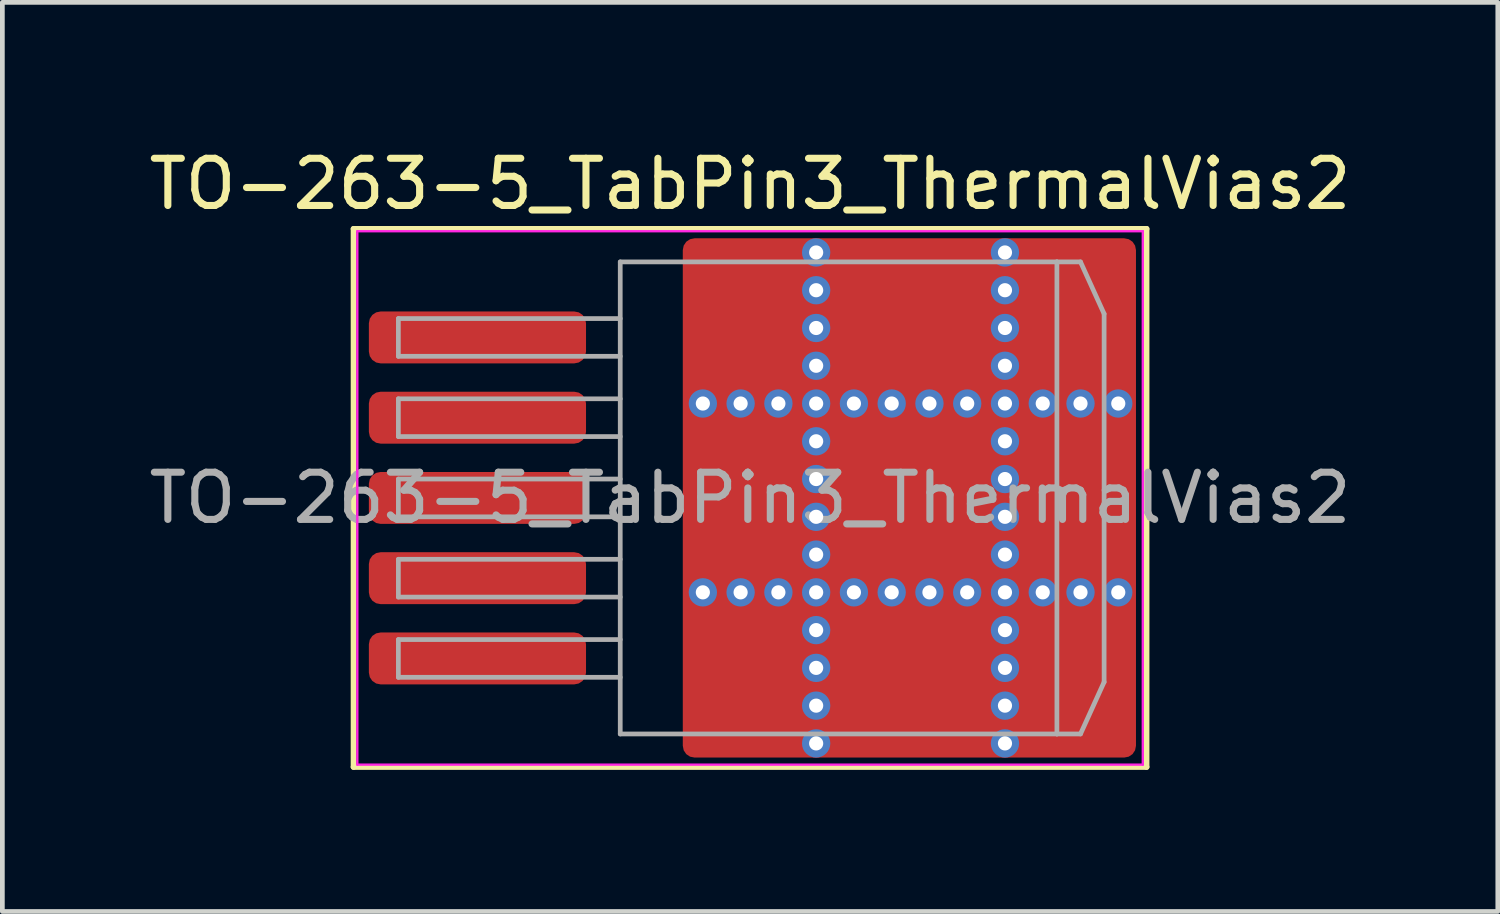
<source format=kicad_pcb>
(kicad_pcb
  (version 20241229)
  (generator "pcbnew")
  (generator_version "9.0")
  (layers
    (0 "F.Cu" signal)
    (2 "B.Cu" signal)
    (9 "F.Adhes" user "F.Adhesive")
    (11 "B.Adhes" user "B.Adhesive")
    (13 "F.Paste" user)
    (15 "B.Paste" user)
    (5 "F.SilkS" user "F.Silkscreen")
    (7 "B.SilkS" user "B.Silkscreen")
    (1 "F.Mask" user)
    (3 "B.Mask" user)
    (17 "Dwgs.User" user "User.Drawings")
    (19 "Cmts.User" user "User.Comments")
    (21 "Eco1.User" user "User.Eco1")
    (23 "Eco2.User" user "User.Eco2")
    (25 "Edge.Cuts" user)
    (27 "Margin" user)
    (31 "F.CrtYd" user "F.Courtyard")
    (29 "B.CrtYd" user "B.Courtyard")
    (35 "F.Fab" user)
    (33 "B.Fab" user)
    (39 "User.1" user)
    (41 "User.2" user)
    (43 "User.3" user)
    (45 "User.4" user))
  (footprint "TO-263-5_TabPin3_ThermalVias2"
    (layer "F.Cu")
    (at 12.839 7.498)
    (property "Reference" "TO-263-5_TabPin3_ThermalVias2" (at 0 -6.65 0) (layer "F.SilkS") (effects (font (size 1 1) (thickness 0.15))))
    (attr smd)
    (fp_line (start -8.4 -5.7) (end -8.4 5.7) (stroke (width 0.12) (type solid)) (layer "F.SilkS"))
    (fp_line (start -8.4 5.7) (end 8.4 5.7) (stroke (width 0.12) (type solid)) (layer "F.SilkS"))
    (fp_line (start 8.4 -5.7) (end -8.4 -5.7) (stroke (width 0.12) (type solid)) (layer "F.SilkS"))
    (fp_line (start 8.4 5.7) (end 8.4 -5.7) (stroke (width 0.12) (type solid)) (layer "F.SilkS"))
    (fp_line (start -8.32 -5.65) (end -8.32 5.65) (stroke (width 0.05) (type solid)) (layer "F.CrtYd"))
    (fp_line (start -8.32 5.65) (end 8.32 5.65) (stroke (width 0.05) (type solid)) (layer "F.CrtYd"))
    (fp_line (start 8.32 -5.65) (end -8.32 -5.65) (stroke (width 0.05) (type solid)) (layer "F.CrtYd"))
    (fp_line (start 8.32 5.65) (end 8.32 -5.65) (stroke (width 0.05) (type solid)) (layer "F.CrtYd"))
    (fp_line (start -7.45 -3.8) (end -7.45 -3) (stroke (width 0.1) (type solid)) (layer "F.Fab"))
    (fp_line (start -7.45 -3) (end -2.75 -3) (stroke (width 0.1) (type solid)) (layer "F.Fab"))
    (fp_line (start -7.45 -2.1) (end -7.45 -1.3) (stroke (width 0.1) (type solid)) (layer "F.Fab"))
    (fp_line (start -7.45 -1.3) (end -2.75 -1.3) (stroke (width 0.1) (type solid)) (layer "F.Fab"))
    (fp_line (start -7.45 -0.4) (end -7.45 0.4) (stroke (width 0.1) (type solid)) (layer "F.Fab"))
    (fp_line (start -7.45 0.4) (end -2.75 0.4) (stroke (width 0.1) (type solid)) (layer "F.Fab"))
    (fp_line (start -7.45 1.3) (end -7.45 2.1) (stroke (width 0.1) (type solid)) (layer "F.Fab"))
    (fp_line (start -7.45 2.1) (end -2.75 2.1) (stroke (width 0.1) (type solid)) (layer "F.Fab"))
    (fp_line (start -7.45 3) (end -7.45 3.8) (stroke (width 0.1) (type solid)) (layer "F.Fab"))
    (fp_line (start -7.45 3.8) (end -2.75 3.8) (stroke (width 0.1) (type solid)) (layer "F.Fab"))
    (fp_line (start -2.75 -5) (end 6.5 -5) (stroke (width 0.1) (type solid)) (layer "F.Fab"))
    (fp_line (start -2.75 -3.8) (end -7.45 -3.8) (stroke (width 0.1) (type solid)) (layer "F.Fab"))
    (fp_line (start -2.75 -2.1) (end -7.45 -2.1) (stroke (width 0.1) (type solid)) (layer "F.Fab"))
    (fp_line (start -2.75 -0.4) (end -7.45 -0.4) (stroke (width 0.1) (type solid)) (layer "F.Fab"))
    (fp_line (start -2.75 1.3) (end -7.45 1.3) (stroke (width 0.1) (type solid)) (layer "F.Fab"))
    (fp_line (start -2.75 3) (end -7.45 3) (stroke (width 0.1) (type solid)) (layer "F.Fab"))
    (fp_line (start -2.75 5) (end -2.75 -5) (stroke (width 0.1) (type solid)) (layer "F.Fab"))
    (fp_line (start 6.5 -5) (end 6.5 5) (stroke (width 0.1) (type solid)) (layer "F.Fab"))
    (fp_line (start 6.5 -5) (end 7 -5) (stroke (width 0.1) (type solid)) (layer "F.Fab"))
    (fp_line (start 6.5 5) (end -2.75 5) (stroke (width 0.1) (type solid)) (layer "F.Fab"))
    (fp_line (start 6.5 5) (end 7 5) (stroke (width 0.1) (type solid)) (layer "F.Fab"))
    (fp_line (start 7 -5) (end 7.5 -3.9) (stroke (width 0.1) (type solid)) (layer "F.Fab"))
    (fp_line (start 7 5) (end 7.5 3.9) (stroke (width 0.1) (type solid)) (layer "F.Fab"))
    (fp_line (start 7.5 -3.9) (end 7.5 3.9) (stroke (width 0.1) (type solid)) (layer "F.Fab"))
    (fp_text user "${REFERENCE}" (at 0 0 0) (layer "F.Fab") (effects (font (size 1 1) (thickness 0.15))))
    (pad "" smd roundrect (at -0.675 -4.6 90) (size 1.2 0.95) (layers "F.Paste") (roundrect_rratio 0.25))
    (pad "" smd roundrect (at -0.675 -3.1 90) (size 1.2 0.95) (layers "F.Paste") (roundrect_rratio 0.25))
    (pad "" smd roundrect (at -0.675 -0.85 90) (size 1.3 0.95) (layers "F.Paste") (roundrect_rratio 0.25))
    (pad "" smd roundrect (at -0.675 0.85 90) (size 1.3 0.95) (layers "F.Paste") (roundrect_rratio 0.25))
    (pad "" smd roundrect (at -0.675 3.1 90) (size 1.2 0.95) (layers "F.Paste") (roundrect_rratio 0.25))
    (pad "" smd roundrect (at -0.675 4.6 90) (size 1.2 0.95) (layers "F.Paste") (roundrect_rratio 0.25))
    (pad "" smd roundrect (at -0.113 -3.85 90) (size 3.1 2.425) (layers "F.Mask") (roundrect_rratio 0.103))
    (pad "" smd roundrect (at -0.113 0 90) (size 3.4 2.425) (layers "F.Mask") (roundrect_rratio 0.103))
    (pad "" smd roundrect (at -0.113 3.85 90) (size 3.1 2.425) (layers "F.Mask") (roundrect_rratio 0.103))
    (pad "" smd roundrect (at 0.475 -4.6 90) (size 1.2 0.95) (layers "F.Paste") (roundrect_rratio 0.25))
    (pad "" smd roundrect (at 0.475 -3.1 90) (size 1.2 0.95) (layers "F.Paste") (roundrect_rratio 0.25))
    (pad "" smd roundrect (at 0.475 -0.85 90) (size 1.3 0.95) (layers "F.Paste") (roundrect_rratio 0.25))
    (pad "" smd roundrect (at 0.475 0.85 90) (size 1.3 0.95) (layers "F.Paste") (roundrect_rratio 0.25))
    (pad "" smd roundrect (at 0.475 3.1 90) (size 1.2 0.95) (layers "F.Paste") (roundrect_rratio 0.25))
    (pad "" smd roundrect (at 0.475 4.6 90) (size 1.2 0.95) (layers "F.Paste") (roundrect_rratio 0.25))
    (pad "" smd roundrect (at 2.55 -4.6 90) (size 1.2 1.3) (layers "F.Paste") (roundrect_rratio 0.208))
    (pad "" smd roundrect (at 2.55 -3.1 90) (size 1.2 1.3) (layers "F.Paste") (roundrect_rratio 0.208))
    (pad "" smd roundrect (at 2.55 -0.85 90) (size 1.3 1.3) (layers "F.Paste") (roundrect_rratio 0.192))
    (pad "" smd roundrect (at 2.55 0.85 90) (size 1.3 1.3) (layers "F.Paste") (roundrect_rratio 0.192))
    (pad "" smd roundrect (at 2.55 3.1 90) (size 1.2 1.3) (layers "F.Paste") (roundrect_rratio 0.208))
    (pad "" smd roundrect (at 2.55 4.6 90) (size 1.2 1.3) (layers "F.Paste") (roundrect_rratio 0.208))
    (pad "" smd roundrect (at 3.4 -3.85 90) (size 3.1 3.4) (layers "F.Mask") (roundrect_rratio 0.081))
    (pad "" smd roundrect (at 3.4 0 90) (size 3.4 3.4) (layers "F.Mask") (roundrect_rratio 0.074))
    (pad "" smd roundrect (at 3.4 3.85 90) (size 3.1 3.4) (layers "F.Mask") (roundrect_rratio 0.081))
    (pad "" smd roundrect (at 4.25 -4.6 90) (size 1.2 1.3) (layers "F.Paste") (roundrect_rratio 0.208))
    (pad "" smd roundrect (at 4.25 -3.1 90) (size 1.2 1.3) (layers "F.Paste") (roundrect_rratio 0.208))
    (pad "" smd roundrect (at 4.25 -0.85 90) (size 1.3 1.3) (layers "F.Paste") (roundrect_rratio 0.192))
    (pad "" smd roundrect (at 4.25 0.85 90) (size 1.3 1.3) (layers "F.Paste") (roundrect_rratio 0.192))
    (pad "" smd roundrect (at 4.25 3.1 90) (size 1.2 1.3) (layers "F.Paste") (roundrect_rratio 0.208))
    (pad "" smd roundrect (at 4.25 4.6 90) (size 1.2 1.3) (layers "F.Paste") (roundrect_rratio 0.208))
    (pad "" smd roundrect (at 6.325 -4.6 90) (size 1.2 0.95) (layers "F.Paste") (roundrect_rratio 0.25))
    (pad "" smd roundrect (at 6.325 -3.1 90) (size 1.2 0.95) (layers "F.Paste") (roundrect_rratio 0.25))
    (pad "" smd roundrect (at 6.325 -0.85 90) (size 1.3 0.95) (layers "F.Paste") (roundrect_rratio 0.25))
    (pad "" smd roundrect (at 6.325 0.85 90) (size 1.3 0.95) (layers "F.Paste") (roundrect_rratio 0.25))
    (pad "" smd roundrect (at 6.325 3.1 90) (size 1.2 0.95) (layers "F.Paste") (roundrect_rratio 0.25))
    (pad "" smd roundrect (at 6.325 4.6 90) (size 1.2 0.95) (layers "F.Paste") (roundrect_rratio 0.25))
    (pad "" smd roundrect (at 6.888 -3.85 90) (size 3.1 2.375) (layers "F.Mask") (roundrect_rratio 0.105))
    (pad "" smd roundrect (at 6.888 0 90) (size 3.4 2.375) (layers "F.Mask") (roundrect_rratio 0.105))
    (pad "" smd roundrect (at 6.888 3.85 90) (size 3.1 2.375) (layers "F.Mask") (roundrect_rratio 0.105))
    (pad "" smd roundrect (at 7.475 -4.6 90) (size 1.2 0.95) (layers "F.Paste") (roundrect_rratio 0.25))
    (pad "" smd roundrect (at 7.475 -3.1 90) (size 1.2 0.95) (layers "F.Paste") (roundrect_rratio 0.25))
    (pad "" smd roundrect (at 7.475 -0.85 90) (size 1.3 0.95) (layers "F.Paste") (roundrect_rratio 0.25))
    (pad "" smd roundrect (at 7.475 0.85 90) (size 1.3 0.95) (layers "F.Paste") (roundrect_rratio 0.25))
    (pad "" smd roundrect (at 7.475 3.1 90) (size 1.2 0.95) (layers "F.Paste") (roundrect_rratio 0.25))
    (pad "" smd roundrect (at 7.475 4.6 90) (size 1.2 0.95) (layers "F.Paste") (roundrect_rratio 0.25))
    (pad "1" smd roundrect (at -5.775 -3.4) (size 4.6 1.1) (layers "F.Cu" "F.Mask" "F.Paste") (roundrect_rratio 0.227))
    (pad "2" smd roundrect (at -5.775 -1.7) (size 4.6 1.1) (layers "F.Cu" "F.Mask" "F.Paste") (roundrect_rratio 0.227))
    (pad "3" smd roundrect (at -5.775 0) (size 4.6 1.1) (layers "F.Cu" "F.Mask" "F.Paste") (roundrect_rratio 0.227))
    (pad "3" thru_hole circle (at -1 -2) (size 0.6 0.6) (drill 0.3) (property pad_prop_heatsink) (layers "*.Cu" "*.Mask"))
    (pad "3" thru_hole circle (at -1 2) (size 0.6 0.6) (drill 0.3) (property pad_prop_heatsink) (layers "*.Cu" "*.Mask"))
    (pad "3" thru_hole circle (at -0.2 -2) (size 0.6 0.6) (drill 0.3) (property pad_prop_heatsink) (layers "*.Cu" "*.Mask"))
    (pad "3" thru_hole circle (at -0.2 2) (size 0.6 0.6) (drill 0.3) (property pad_prop_heatsink) (layers "*.Cu" "*.Mask"))
    (pad "3" thru_hole circle (at 0.6 -2) (size 0.6 0.6) (drill 0.3) (property pad_prop_heatsink) (layers "*.Cu" "*.Mask"))
    (pad "3" thru_hole circle (at 0.6 2) (size 0.6 0.6) (drill 0.3) (property pad_prop_heatsink) (layers "*.Cu" "*.Mask"))
    (pad "3" thru_hole circle (at 1.4 -5.2) (size 0.6 0.6) (drill 0.3) (property pad_prop_heatsink) (layers "*.Cu" "*.Mask"))
    (pad "3" thru_hole circle (at 1.4 -4.4) (size 0.6 0.6) (drill 0.3) (property pad_prop_heatsink) (layers "*.Cu" "*.Mask"))
    (pad "3" thru_hole circle (at 1.4 -3.6) (size 0.6 0.6) (drill 0.3) (property pad_prop_heatsink) (layers "*.Cu" "*.Mask"))
    (pad "3" thru_hole circle (at 1.4 -2.8) (size 0.6 0.6) (drill 0.3) (property pad_prop_heatsink) (layers "*.Cu" "*.Mask"))
    (pad "3" thru_hole circle (at 1.4 -2) (size 0.6 0.6) (drill 0.3) (property pad_prop_heatsink) (layers "*.Cu" "*.Mask"))
    (pad "3" thru_hole circle (at 1.4 -1.2) (size 0.6 0.6) (drill 0.3) (property pad_prop_heatsink) (layers "*.Cu" "*.Mask"))
    (pad "3" thru_hole circle (at 1.4 -0.4) (size 0.6 0.6) (drill 0.3) (property pad_prop_heatsink) (layers "*.Cu" "*.Mask"))
    (pad "3" thru_hole circle (at 1.4 0.4) (size 0.6 0.6) (drill 0.3) (property pad_prop_heatsink) (layers "*.Cu" "*.Mask"))
    (pad "3" thru_hole circle (at 1.4 1.2) (size 0.6 0.6) (drill 0.3) (property pad_prop_heatsink) (layers "*.Cu" "*.Mask"))
    (pad "3" thru_hole circle (at 1.4 2) (size 0.6 0.6) (drill 0.3) (property pad_prop_heatsink) (layers "*.Cu" "*.Mask"))
    (pad "3" thru_hole circle (at 1.4 2.8) (size 0.6 0.6) (drill 0.3) (property pad_prop_heatsink) (layers "*.Cu" "*.Mask"))
    (pad "3" thru_hole circle (at 1.4 3.6) (size 0.6 0.6) (drill 0.3) (property pad_prop_heatsink) (layers "*.Cu" "*.Mask"))
    (pad "3" thru_hole circle (at 1.4 4.4) (size 0.6 0.6) (drill 0.3) (property pad_prop_heatsink) (layers "*.Cu" "*.Mask"))
    (pad "3" thru_hole circle (at 1.4 5.2) (size 0.6 0.6) (drill 0.3) (property pad_prop_heatsink) (layers "*.Cu" "*.Mask"))
    (pad "3" thru_hole circle (at 2.2 -2) (size 0.6 0.6) (drill 0.3) (property pad_prop_heatsink) (layers "*.Cu" "*.Mask"))
    (pad "3" thru_hole circle (at 2.2 2) (size 0.6 0.6) (drill 0.3) (property pad_prop_heatsink) (layers "*.Cu" "*.Mask"))
    (pad "3" thru_hole circle (at 3 -2) (size 0.6 0.6) (drill 0.3) (property pad_prop_heatsink) (layers "*.Cu" "*.Mask"))
    (pad "3" thru_hole circle (at 3 2) (size 0.6 0.6) (drill 0.3) (property pad_prop_heatsink) (layers "*.Cu" "*.Mask"))
    (pad "3" smd roundrect (at 3.375 0) (size 9.6 11) (layers "F.Cu") (roundrect_rratio 0.026))
    (pad "3" thru_hole circle (at 3.8 -2) (size 0.6 0.6) (drill 0.3) (property pad_prop_heatsink) (layers "*.Cu" "*.Mask"))
    (pad "3" thru_hole circle (at 3.8 2) (size 0.6 0.6) (drill 0.3) (property pad_prop_heatsink) (layers "*.Cu" "*.Mask"))
    (pad "3" thru_hole circle (at 4.6 -2) (size 0.6 0.6) (drill 0.3) (property pad_prop_heatsink) (layers "*.Cu" "*.Mask"))
    (pad "3" thru_hole circle (at 4.6 2) (size 0.6 0.6) (drill 0.3) (property pad_prop_heatsink) (layers "*.Cu" "*.Mask"))
    (pad "3" thru_hole circle (at 5.4 -5.2) (size 0.6 0.6) (drill 0.3) (property pad_prop_heatsink) (layers "*.Cu" "*.Mask"))
    (pad "3" thru_hole circle (at 5.4 -4.4) (size 0.6 0.6) (drill 0.3) (property pad_prop_heatsink) (layers "*.Cu" "*.Mask"))
    (pad "3" thru_hole circle (at 5.4 -3.6) (size 0.6 0.6) (drill 0.3) (property pad_prop_heatsink) (layers "*.Cu" "*.Mask"))
    (pad "3" thru_hole circle (at 5.4 -2.8) (size 0.6 0.6) (drill 0.3) (property pad_prop_heatsink) (layers "*.Cu" "*.Mask"))
    (pad "3" thru_hole circle (at 5.4 -2) (size 0.6 0.6) (drill 0.3) (property pad_prop_heatsink) (layers "*.Cu" "*.Mask"))
    (pad "3" thru_hole circle (at 5.4 -1.2) (size 0.6 0.6) (drill 0.3) (property pad_prop_heatsink) (layers "*.Cu" "*.Mask"))
    (pad "3" thru_hole circle (at 5.4 -0.4) (size 0.6 0.6) (drill 0.3) (property pad_prop_heatsink) (layers "*.Cu" "*.Mask"))
    (pad "3" thru_hole circle (at 5.4 0.4) (size 0.6 0.6) (drill 0.3) (property pad_prop_heatsink) (layers "*.Cu" "*.Mask"))
    (pad "3" thru_hole circle (at 5.4 1.2) (size 0.6 0.6) (drill 0.3) (property pad_prop_heatsink) (layers "*.Cu" "*.Mask"))
    (pad "3" thru_hole circle (at 5.4 2) (size 0.6 0.6) (drill 0.3) (property pad_prop_heatsink) (layers "*.Cu" "*.Mask"))
    (pad "3" thru_hole circle (at 5.4 2.8) (size 0.6 0.6) (drill 0.3) (property pad_prop_heatsink) (layers "*.Cu" "*.Mask"))
    (pad "3" thru_hole circle (at 5.4 3.6) (size 0.6 0.6) (drill 0.3) (property pad_prop_heatsink) (layers "*.Cu" "*.Mask"))
    (pad "3" thru_hole circle (at 5.4 4.4) (size 0.6 0.6) (drill 0.3) (property pad_prop_heatsink) (layers "*.Cu" "*.Mask"))
    (pad "3" thru_hole circle (at 5.4 5.2) (size 0.6 0.6) (drill 0.3) (property pad_prop_heatsink) (layers "*.Cu" "*.Mask"))
    (pad "3" thru_hole circle (at 6.2 -2) (size 0.6 0.6) (drill 0.3) (property pad_prop_heatsink) (layers "*.Cu" "*.Mask"))
    (pad "3" thru_hole circle (at 6.2 2) (size 0.6 0.6) (drill 0.3) (property pad_prop_heatsink) (layers "*.Cu" "*.Mask"))
    (pad "3" thru_hole circle (at 7 -2) (size 0.6 0.6) (drill 0.3) (property pad_prop_heatsink) (layers "*.Cu" "*.Mask"))
    (pad "3" thru_hole circle (at 7 2) (size 0.6 0.6) (drill 0.3) (property pad_prop_heatsink) (layers "*.Cu" "*.Mask"))
    (pad "3" thru_hole circle (at 7.8 -2) (size 0.6 0.6) (drill 0.3) (property pad_prop_heatsink) (layers "*.Cu" "*.Mask"))
    (pad "3" thru_hole circle (at 7.8 2) (size 0.6 0.6) (drill 0.3) (property pad_prop_heatsink) (layers "*.Cu" "*.Mask"))
    (pad "4" smd roundrect (at -5.775 1.7) (size 4.6 1.1) (layers "F.Cu" "F.Mask" "F.Paste") (roundrect_rratio 0.227))
    (pad "5" smd roundrect (at -5.775 3.4) (size 4.6 1.1) (layers "F.Cu" "F.Mask" "F.Paste") (roundrect_rratio 0.227)))
  (gr_rect
    (start -3 -3)
    (end 28.679 16.258)
    (stroke (width 0.1) (type default))
    (fill no)
    (layer "Edge.Cuts")))
</source>
